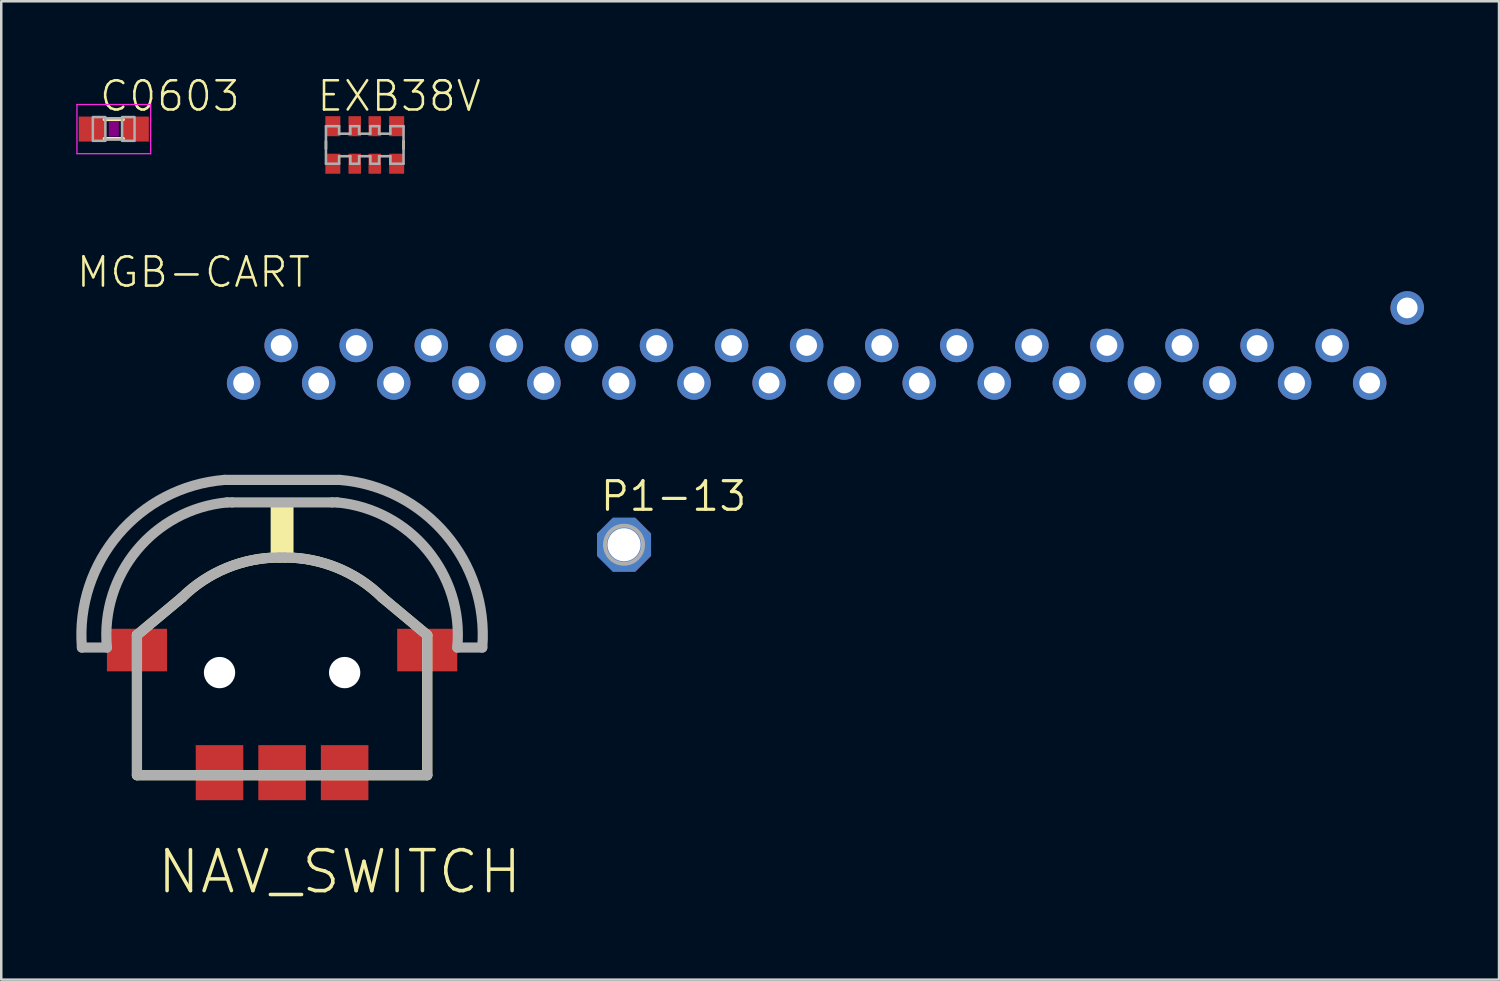
<source format=kicad_pcb>
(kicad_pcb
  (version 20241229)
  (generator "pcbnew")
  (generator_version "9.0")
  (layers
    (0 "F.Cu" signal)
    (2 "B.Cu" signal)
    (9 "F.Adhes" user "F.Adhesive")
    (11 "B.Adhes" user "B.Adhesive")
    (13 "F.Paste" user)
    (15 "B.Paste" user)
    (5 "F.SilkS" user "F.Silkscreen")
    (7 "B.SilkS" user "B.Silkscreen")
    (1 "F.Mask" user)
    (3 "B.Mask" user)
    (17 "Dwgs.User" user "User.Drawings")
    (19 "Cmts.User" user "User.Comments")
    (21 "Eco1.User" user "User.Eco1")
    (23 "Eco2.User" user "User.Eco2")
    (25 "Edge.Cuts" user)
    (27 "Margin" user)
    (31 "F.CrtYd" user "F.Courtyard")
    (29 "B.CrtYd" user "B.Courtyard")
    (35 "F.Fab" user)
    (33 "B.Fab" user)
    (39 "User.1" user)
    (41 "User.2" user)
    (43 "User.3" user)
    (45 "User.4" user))
  (footprint "P1-13"
    (layer "F.Cu")
    (at 21.888 18.719)
    (property "Reference" "P1-13" (at -1.016 -1.27 0) (unlocked yes) (layer "F.SilkS") (effects (font (size 1.143 1.143) (thickness 0.127)) (justify left bottom)))
    (fp_circle (center 0 0) (end 0.762 0) (stroke (width 0.152) (type solid)) (fill no) (layer "F.Fab"))
    (fp_poly (pts (xy -0.33 0.33) (xy 0.33 0.33) (xy 0.33 -0.33) (xy -0.33 -0.33)) (stroke (width 0.1) (type default)) (fill no) (layer "F.Fab"))
    (pad "TP" thru_hole roundrect (at 0 0) (size 2.159 2.159) (drill 1.321) (layers "*.Cu" "*.Mask") (roundrect_rratio 0.25) (chamfer_ratio 0.293) (chamfer top_left top_right bottom_left bottom_right)))
  (footprint "C0603"
    (layer "F.Cu")
    (at 1.498 2.108)
    (property "Reference" "C0603" (at -0.635 -0.635 0) (unlocked yes) (layer "F.SilkS") (effects (font (size 1.168 1.168) (thickness 0.102)) (justify left bottom)))
    (fp_line (start -0.381 -0.381) (end 0.381 -0.381) (stroke (width 0.127) (type solid)) (layer "F.SilkS"))
    (fp_line (start -0.381 0.381) (end 0.381 0.381) (stroke (width 0.127) (type solid)) (layer "F.SilkS"))
    (fp_poly (pts (xy -0.2 0.3) (xy 0.2 0.3) (xy 0.2 -0.3) (xy -0.2 -0.3)) (stroke (width 0) (type default)) (fill yes) (layer "F.Adhes"))
    (fp_line (start -1.473 -0.983) (end 1.473 -0.983) (stroke (width 0.051) (type solid)) (layer "F.CrtYd"))
    (fp_line (start -1.473 0.983) (end -1.473 -0.983) (stroke (width 0.051) (type solid)) (layer "F.CrtYd"))
    (fp_line (start 1.473 -0.983) (end 1.473 0.983) (stroke (width 0.051) (type solid)) (layer "F.CrtYd"))
    (fp_line (start 1.473 0.983) (end -1.473 0.983) (stroke (width 0.051) (type solid)) (layer "F.CrtYd"))
    (fp_line (start -0.356 -0.432) (end 0.356 -0.432) (stroke (width 0.102) (type solid)) (layer "F.Fab"))
    (fp_line (start -0.356 0.419) (end 0.356 0.419) (stroke (width 0.102) (type solid)) (layer "F.Fab"))
    (fp_poly (pts (xy -0.838 0.47) (xy -0.338 0.47) (xy -0.338 -0.48) (xy -0.838 -0.48)) (stroke (width 0.1) (type default)) (fill no) (layer "F.Fab"))
    (fp_poly (pts (xy 0.33 0.47) (xy 0.83 0.47) (xy 0.83 -0.48) (xy 0.33 -0.48)) (stroke (width 0.1) (type default)) (fill no) (layer "F.Fab"))
    (pad "1" smd rect (at -0.85 0) (size 1.1 1) (layers "F.Cu" "F.Mask" "F.Paste"))
    (pad "2" smd rect (at 0.85 0) (size 1.1 1) (layers "F.Cu" "F.Mask" "F.Paste")))
  (footprint "MGB-CART"
    (layer "F.Cu")
    (at 6.686 12.256)
    (property "Reference" "MGB-CART" (at 2.732 -5.112 0) (unlocked yes) (layer "F.SilkS") (effects (font (size 1.168 1.168) (thickness 0.102)) (justify right top)))
    (pad "1" thru_hole circle (at 0 0 90) (size 1.338 1.338) (drill 0.83) (layers "*.Cu" "*.Mask"))
    (pad "2" thru_hole circle (at 1.5 -1.5 90) (size 1.338 1.338) (drill 0.83) (layers "*.Cu" "*.Mask"))
    (pad "3" thru_hole circle (at 3 0 90) (size 1.338 1.338) (drill 0.83) (layers "*.Cu" "*.Mask"))
    (pad "4" thru_hole circle (at 4.5 -1.5 90) (size 1.338 1.338) (drill 0.83) (layers "*.Cu" "*.Mask"))
    (pad "5" thru_hole circle (at 6 0 90) (size 1.338 1.338) (drill 0.83) (layers "*.Cu" "*.Mask"))
    (pad "6" thru_hole circle (at 7.5 -1.5 90) (size 1.338 1.338) (drill 0.83) (layers "*.Cu" "*.Mask"))
    (pad "7" thru_hole circle (at 9 0 90) (size 1.338 1.338) (drill 0.83) (layers "*.Cu" "*.Mask"))
    (pad "8" thru_hole circle (at 10.5 -1.5 90) (size 1.338 1.338) (drill 0.83) (layers "*.Cu" "*.Mask"))
    (pad "9" thru_hole circle (at 12 0 90) (size 1.338 1.338) (drill 0.83) (layers "*.Cu" "*.Mask"))
    (pad "10" thru_hole circle (at 13.5 -1.5 90) (size 1.338 1.338) (drill 0.83) (layers "*.Cu" "*.Mask"))
    (pad "11" thru_hole circle (at 15 0 90) (size 1.338 1.338) (drill 0.83) (layers "*.Cu" "*.Mask"))
    (pad "12" thru_hole circle (at 16.5 -1.5 90) (size 1.338 1.338) (drill 0.83) (layers "*.Cu" "*.Mask"))
    (pad "13" thru_hole circle (at 18 0 90) (size 1.338 1.338) (drill 0.83) (layers "*.Cu" "*.Mask"))
    (pad "14" thru_hole circle (at 19.5 -1.5 90) (size 1.338 1.338) (drill 0.83) (layers "*.Cu" "*.Mask"))
    (pad "15" thru_hole circle (at 21 0 90) (size 1.338 1.338) (drill 0.83) (layers "*.Cu" "*.Mask"))
    (pad "16" thru_hole circle (at 22.5 -1.5 90) (size 1.338 1.338) (drill 0.83) (layers "*.Cu" "*.Mask"))
    (pad "17" thru_hole circle (at 24 0 90) (size 1.338 1.338) (drill 0.83) (layers "*.Cu" "*.Mask"))
    (pad "18" thru_hole circle (at 25.5 -1.5 90) (size 1.338 1.338) (drill 0.83) (layers "*.Cu" "*.Mask"))
    (pad "19" thru_hole circle (at 27 0 90) (size 1.338 1.338) (drill 0.83) (layers "*.Cu" "*.Mask"))
    (pad "20" thru_hole circle (at 28.5 -1.5 90) (size 1.338 1.338) (drill 0.83) (layers "*.Cu" "*.Mask"))
    (pad "21" thru_hole circle (at 30 0 90) (size 1.338 1.338) (drill 0.83) (layers "*.Cu" "*.Mask"))
    (pad "22" thru_hole circle (at 31.5 -1.5 90) (size 1.338 1.338) (drill 0.83) (layers "*.Cu" "*.Mask"))
    (pad "23" thru_hole circle (at 33 0 90) (size 1.338 1.338) (drill 0.83) (layers "*.Cu" "*.Mask"))
    (pad "24" thru_hole circle (at 34.5 -1.5 90) (size 1.338 1.338) (drill 0.83) (layers "*.Cu" "*.Mask"))
    (pad "25" thru_hole circle (at 36 0 90) (size 1.338 1.338) (drill 0.83) (layers "*.Cu" "*.Mask"))
    (pad "26" thru_hole circle (at 37.5 -1.5 90) (size 1.338 1.338) (drill 0.83) (layers "*.Cu" "*.Mask"))
    (pad "27" thru_hole circle (at 39 0 90) (size 1.338 1.338) (drill 0.83) (layers "*.Cu" "*.Mask"))
    (pad "28" thru_hole circle (at 40.5 -1.5 90) (size 1.338 1.338) (drill 0.83) (layers "*.Cu" "*.Mask"))
    (pad "29" thru_hole circle (at 42 0 90) (size 1.338 1.338) (drill 0.83) (layers "*.Cu" "*.Mask"))
    (pad "30" thru_hole circle (at 43.5 -1.5 90) (size 1.338 1.338) (drill 0.83) (layers "*.Cu" "*.Mask"))
    (pad "31" thru_hole circle (at 45 0 90) (size 1.338 1.338) (drill 0.83) (layers "*.Cu" "*.Mask"))
    (pad "32" thru_hole circle (at 46.5 -3 90) (size 1.338 1.338) (drill 0.83) (layers "*.Cu" "*.Mask")))
  (footprint "EXB38V"
    (layer "F.Cu")
    (at 11.526 2.743)
    (property "Reference" "EXB38V" (at -1.972 -1.27 0) (unlocked yes) (layer "F.SilkS") (effects (font (size 1.168 1.168) (thickness 0.102)) (justify left bottom)))
    (fp_line (start -1.55 0.15) (end -1.55 -0.15) (stroke (width 0.102) (type solid)) (layer "F.SilkS"))
    (fp_line (start 1.55 -0.15) (end 1.55 0.15) (stroke (width 0.102) (type solid)) (layer "F.SilkS"))
    (fp_line (start -1.55 -0.75) (end -1.025 -0.75) (stroke (width 0.102) (type solid)) (layer "F.Fab"))
    (fp_line (start -1.55 0.75) (end -1.55 -0.75) (stroke (width 0.102) (type solid)) (layer "F.Fab"))
    (fp_line (start -1.025 -0.75) (end -1.025 -0.45) (stroke (width 0.102) (type solid)) (layer "F.Fab"))
    (fp_line (start -1.025 -0.45) (end -0.575 -0.45) (stroke (width 0.102) (type solid)) (layer "F.Fab"))
    (fp_line (start -1.025 0.45) (end -1.025 0.75) (stroke (width 0.102) (type solid)) (layer "F.Fab"))
    (fp_line (start -1.025 0.75) (end -1.55 0.75) (stroke (width 0.102) (type solid)) (layer "F.Fab"))
    (fp_line (start -0.575 -0.75) (end -0.225 -0.75) (stroke (width 0.102) (type solid)) (layer "F.Fab"))
    (fp_line (start -0.575 -0.45) (end -0.575 -0.75) (stroke (width 0.102) (type solid)) (layer "F.Fab"))
    (fp_line (start -0.575 0.45) (end -1.025 0.45) (stroke (width 0.102) (type solid)) (layer "F.Fab"))
    (fp_line (start -0.575 0.75) (end -0.575 0.45) (stroke (width 0.102) (type solid)) (layer "F.Fab"))
    (fp_line (start -0.225 -0.75) (end -0.225 -0.45) (stroke (width 0.102) (type solid)) (layer "F.Fab"))
    (fp_line (start -0.225 -0.45) (end 0.225 -0.45) (stroke (width 0.102) (type solid)) (layer "F.Fab"))
    (fp_line (start -0.225 0.45) (end -0.225 0.75) (stroke (width 0.102) (type solid)) (layer "F.Fab"))
    (fp_line (start -0.225 0.75) (end -0.575 0.75) (stroke (width 0.102) (type solid)) (layer "F.Fab"))
    (fp_line (start 0.225 -0.75) (end 0.575 -0.75) (stroke (width 0.102) (type solid)) (layer "F.Fab"))
    (fp_line (start 0.225 -0.45) (end 0.225 -0.75) (stroke (width 0.102) (type solid)) (layer "F.Fab"))
    (fp_line (start 0.225 0.45) (end -0.225 0.45) (stroke (width 0.102) (type solid)) (layer "F.Fab"))
    (fp_line (start 0.225 0.75) (end 0.225 0.45) (stroke (width 0.102) (type solid)) (layer "F.Fab"))
    (fp_line (start 0.575 -0.75) (end 0.575 -0.45) (stroke (width 0.102) (type solid)) (layer "F.Fab"))
    (fp_line (start 0.575 -0.45) (end 1.025 -0.45) (stroke (width 0.102) (type solid)) (layer "F.Fab"))
    (fp_line (start 0.575 0.45) (end 0.575 0.75) (stroke (width 0.102) (type solid)) (layer "F.Fab"))
    (fp_line (start 0.575 0.75) (end 0.225 0.75) (stroke (width 0.102) (type solid)) (layer "F.Fab"))
    (fp_line (start 1.025 -0.75) (end 1.55 -0.75) (stroke (width 0.102) (type solid)) (layer "F.Fab"))
    (fp_line (start 1.025 -0.45) (end 1.025 -0.75) (stroke (width 0.102) (type solid)) (layer "F.Fab"))
    (fp_line (start 1.025 0.45) (end 0.575 0.45) (stroke (width 0.102) (type solid)) (layer "F.Fab"))
    (fp_line (start 1.025 0.75) (end 1.025 0.45) (stroke (width 0.102) (type solid)) (layer "F.Fab"))
    (fp_line (start 1.55 -0.75) (end 1.55 0.75) (stroke (width 0.102) (type solid)) (layer "F.Fab"))
    (fp_line (start 1.55 0.75) (end 1.025 0.75) (stroke (width 0.102) (type solid)) (layer "F.Fab"))
    (pad "1" smd rect (at -1.275 0.75) (size 0.6 0.8) (layers "F.Cu" "F.Mask" "F.Paste"))
    (pad "2" smd rect (at -0.4 0.75) (size 0.5 0.8) (layers "F.Cu" "F.Mask" "F.Paste"))
    (pad "3" smd rect (at 0.4 0.75) (size 0.5 0.8) (layers "F.Cu" "F.Mask" "F.Paste"))
    (pad "4" smd rect (at 1.275 0.75) (size 0.6 0.8) (layers "F.Cu" "F.Mask" "F.Paste"))
    (pad "5" smd rect (at 1.275 -0.75 180) (size 0.6 0.8) (layers "F.Cu" "F.Mask" "F.Paste"))
    (pad "6" smd rect (at 0.4 -0.75 180) (size 0.5 0.8) (layers "F.Cu" "F.Mask" "F.Paste"))
    (pad "7" smd rect (at -0.4 -0.75 180) (size 0.5 0.8) (layers "F.Cu" "F.Mask" "F.Paste"))
    (pad "8" smd rect (at -1.275 -0.75 180) (size 0.6 0.8) (layers "F.Cu" "F.Mask" "F.Paste")))
  (footprint "NAV_SWITCH"
    (layer "F.Cu")
    (at 8.223 23.828)
    (property "Reference" "NAV_SWITCH" (at -5.08 8.92 0) (unlocked yes) (layer "F.SilkS") (effects (font (size 1.636 1.636) (thickness 0.142)) (justify left bottom)))
    (fp_line (start -5.8 4.1) (end -5.8 -1.5) (stroke (width 0.406) (type solid)) (layer "F.SilkS"))
    (fp_line (start -5.8 4.1) (end 5.8 4.1) (stroke (width 0.406) (type solid)) (layer "F.SilkS"))
    (fp_line (start -4 -3) (end -5.8 -1.5) (stroke (width 0.406) (type solid)) (layer "F.SilkS"))
    (fp_line (start -0.254 -4.699) (end -0.254 -6.731) (stroke (width 0.406) (type solid)) (layer "F.SilkS"))
    (fp_line (start -0.1 -4.6) (end 0.1 -4.6) (stroke (width 0.406) (type solid)) (layer "F.SilkS"))
    (fp_line (start 0 -4.699) (end 0 -6.731) (stroke (width 0.406) (type solid)) (layer "F.SilkS"))
    (fp_line (start 0.254 -6.731) (end 0.254 -4.699) (stroke (width 0.406) (type solid)) (layer "F.SilkS"))
    (fp_line (start 4 -3) (end 5.8 -1.5) (stroke (width 0.406) (type solid)) (layer "F.SilkS"))
    (fp_line (start 5.8 -1.5) (end 5.8 4.1) (stroke (width 0.406) (type solid)) (layer "F.SilkS"))
    (fp_arc (start -4 -2.999999) (mid -2.207724 -4.184452) (end -0.1 -4.6) (stroke (width 0.4064) (type solid)) (layer "F.SilkS"))
    (fp_arc (start 0.1 -4.6) (mid 2.207724 -4.184452) (end 4 -2.999999) (stroke (width 0.4064) (type solid)) (layer "F.SilkS"))
    (fp_line (start -7 -1) (end -8 -1) (stroke (width 0.406) (type solid)) (layer "F.Fab"))
    (fp_line (start -5.8 4.1) (end -5.8 -1.5) (stroke (width 0.406) (type solid)) (layer "F.Fab"))
    (fp_line (start -5.8 4.1) (end 5.8 4.1) (stroke (width 0.406) (type solid)) (layer "F.Fab"))
    (fp_line (start -4 -3) (end -5.8 -1.5) (stroke (width 0.406) (type solid)) (layer "F.Fab"))
    (fp_line (start -2.3 -7.7) (end 2.3 -7.7) (stroke (width 0.406) (type solid)) (layer "F.Fab"))
    (fp_line (start -2 -6.8) (end -2.2 -6.8) (stroke (width 0.406) (type solid)) (layer "F.Fab"))
    (fp_line (start -2 -6.8) (end 2 -6.8) (stroke (width 0.406) (type solid)) (layer "F.Fab"))
    (fp_line (start -0.1 -4.6) (end 0.1 -4.6) (stroke (width 0.406) (type solid)) (layer "F.Fab"))
    (fp_line (start 2 -6.8) (end 2.2 -6.8) (stroke (width 0.406) (type solid)) (layer "F.Fab"))
    (fp_line (start 4 -3) (end 5.8 -1.5) (stroke (width 0.406) (type solid)) (layer "F.Fab"))
    (fp_line (start 5.8 -1.5) (end 5.8 4.1) (stroke (width 0.406) (type solid)) (layer "F.Fab"))
    (fp_line (start 8 -1) (end 7 -1) (stroke (width 0.406) (type solid)) (layer "F.Fab"))
    (fp_arc (start -8 -1) (mid -6.537614 -5.530509) (end -2.299998 -7.7) (stroke (width 0.4064) (type solid)) (layer "F.Fab"))
    (fp_arc (start -7 -0.999998) (mid -5.80122 -4.894112) (end -2.2 -6.8) (stroke (width 0.4064) (type solid)) (layer "F.Fab"))
    (fp_arc (start -4 -2.999999) (mid -2.207724 -4.184452) (end -0.1 -4.6) (stroke (width 0.4064) (type solid)) (layer "F.Fab"))
    (fp_arc (start 0.1 -4.6) (mid 2.207724 -4.184452) (end 4 -2.999999) (stroke (width 0.4064) (type solid)) (layer "F.Fab"))
    (fp_arc (start 2.2 -6.8) (mid 5.80122 -4.894112) (end 7 -0.999998) (stroke (width 0.4064) (type solid)) (layer "F.Fab"))
    (fp_arc (start 2.299998 -7.7) (mid 6.537614 -5.530509) (end 8 -1) (stroke (width 0.4064) (type solid)) (layer "F.Fab"))
    (pad "" np_thru_hole circle (at -2.5 0) (size 1.25 1.25) (drill 1.25) (layers "*.Cu" "*.Mask"))
    (pad "" np_thru_hole circle (at 2.5 0) (size 1.25 1.25) (drill 1.25) (layers "*.Cu" "*.Mask"))
    (pad "1" smd rect (at -2.5 4) (size 1.9 2.2) (layers "F.Cu" "F.Mask" "F.Paste"))
    (pad "2" smd rect (at 2.5 4) (size 1.9 2.2) (layers "F.Cu" "F.Mask" "F.Paste"))
    (pad "C" smd rect (at 5.8 -0.9) (size 2.4 1.7) (layers "F.Cu" "F.Mask" "F.Paste"))
    (pad "NC" smd rect (at -5.8 -0.9) (size 2.4 1.7) (layers "F.Cu" "F.Mask" "F.Paste"))
    (pad "T" smd rect (at 0 4) (size 1.9 2.2) (layers "F.Cu" "F.Mask" "F.Paste")))
  (gr_rect
    (start -3 -3)
    (end 56.855 36.099)
    (stroke (width 0.1) (type default))
    (fill no)
    (layer "Edge.Cuts")))
</source>
